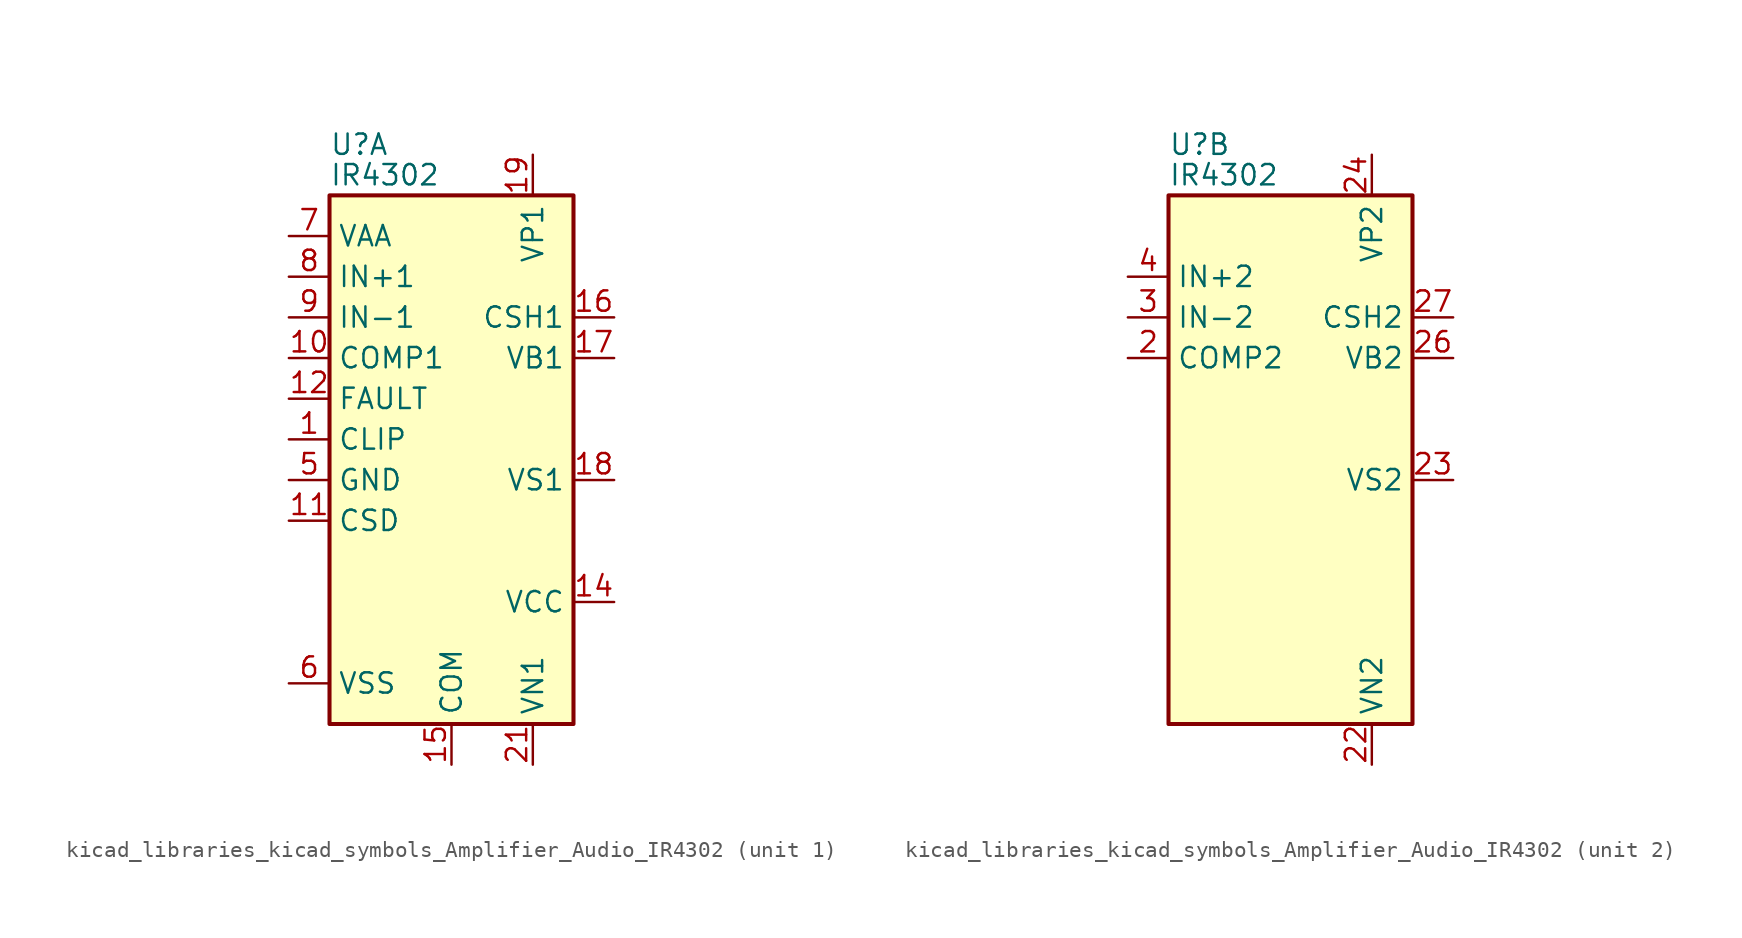
<source format=kicad_sym>
(kicad_symbol_lib
  (version 20220914)
  (generator kicad_symbol_editor)
  (symbol "kicad_libraries_kicad_symbols_Amplifier_Audio_IR4302"
    (property "Reference" "U"
      (at -7.62 20.955 0)
      (effects (font (size 1.27 1.27)) (justify left)))
    (property "Value" "IR4302"
      (at -7.62 19.05 0)
      (effects (font (size 1.27 1.27)) (justify left)))
    (property "ki_locked" ""
      (at 0 0 0)
      (effects (font (size 1.27 1.27))))
    (symbol "kicad_libraries_kicad_symbols_Amplifier_Audio_IR4302_0_1"
      (rectangle (start -7.62 -15.24) (end 7.62 17.78) (stroke (width 0.254) (type default)) (fill (type background))))
    (symbol "kicad_libraries_kicad_symbols_Amplifier_Audio_IR4302_1_1"
      (pin open_collector line (at -10.16 2.54 0) (length 2.54) (name "CLIP" (effects (font (size 1.27 1.27)))) (number "1" (effects (font (size 1.27 1.27)))))
      (pin output line (at -10.16 7.62 0) (length 2.54) (name "COMP1" (effects (font (size 1.27 1.27)))) (number "10" (effects (font (size 1.27 1.27)))))
      (pin passive line (at -10.16 -2.54 0) (length 2.54) (name "CSD" (effects (font (size 1.27 1.27)))) (number "11" (effects (font (size 1.27 1.27)))))
      (pin open_collector line (at -10.16 5.08 0) (length 2.54) (name "FAULT" (effects (font (size 1.27 1.27)))) (number "12" (effects (font (size 1.27 1.27)))))
      (pin no_connect line (at -7.62 -5.08 0) (length 2.54) hide (name "NC" (effects (font (size 1.27 1.27)))) (number "13" (effects (font (size 1.27 1.27)))))
      (pin power_in line (at 10.16 -7.62 180) (length 2.54) (name "VCC" (effects (font (size 1.27 1.27)))) (number "14" (effects (font (size 1.27 1.27)))))
      (pin power_in line (at 0 -17.78 90) (length 2.54) (name "COM" (effects (font (size 1.27 1.27)))) (number "15" (effects (font (size 1.27 1.27)))))
      (pin passive line (at 10.16 10.16 180) (length 2.54) (name "CSH1" (effects (font (size 1.27 1.27)))) (number "16" (effects (font (size 1.27 1.27)))))
      (pin power_in line (at 10.16 7.62 180) (length 2.54) (name "VB1" (effects (font (size 1.27 1.27)))) (number "17" (effects (font (size 1.27 1.27)))))
      (pin output line (at 10.16 0 180) (length 2.54) (name "VS1" (effects (font (size 1.27 1.27)))) (number "18" (effects (font (size 1.27 1.27)))))
      (pin power_in line (at 5.08 20.32 270) (length 2.54) (name "VP1" (effects (font (size 1.27 1.27)))) (number "19" (effects (font (size 1.27 1.27)))))
      (pin passive line (at 10.16 0 180) (length 2.54) hide (name "VS1" (effects (font (size 1.27 1.27)))) (number "20" (effects (font (size 1.27 1.27)))))
      (pin power_in line (at 5.08 -17.78 90) (length 2.54) (name "VN1" (effects (font (size 1.27 1.27)))) (number "21" (effects (font (size 1.27 1.27)))))
      (pin passive line (at 0 -17.78 90) (length 2.54) hide (name "COM" (effects (font (size 1.27 1.27)))) (number "28" (effects (font (size 1.27 1.27)))))
      (pin no_connect line (at -7.62 -7.62 0) (length 2.54) hide (name "NC" (effects (font (size 1.27 1.27)))) (number "29" (effects (font (size 1.27 1.27)))))
      (pin no_connect line (at -7.62 -10.16 0) (length 2.54) hide (name "NC" (effects (font (size 1.27 1.27)))) (number "30" (effects (font (size 1.27 1.27)))))
      (pin passive line (at 0 -17.78 90) (length 2.54) hide (name "COM" (effects (font (size 1.27 1.27)))) (number "31" (effects (font (size 1.27 1.27)))))
      (pin power_in line (at -10.16 0 0) (length 2.54) (name "GND" (effects (font (size 1.27 1.27)))) (number "5" (effects (font (size 1.27 1.27)))))
      (pin power_in line (at -10.16 -12.7 0) (length 2.54) (name "VSS" (effects (font (size 1.27 1.27)))) (number "6" (effects (font (size 1.27 1.27)))))
      (pin power_in line (at -10.16 15.24 0) (length 2.54) (name "VAA" (effects (font (size 1.27 1.27)))) (number "7" (effects (font (size 1.27 1.27)))))
      (pin input line (at -10.16 12.7 0) (length 2.54) (name "IN+1" (effects (font (size 1.27 1.27)))) (number "8" (effects (font (size 1.27 1.27)))))
      (pin input line (at -10.16 10.16 0) (length 2.54) (name "IN-1" (effects (font (size 1.27 1.27)))) (number "9" (effects (font (size 1.27 1.27))))))
    (symbol "kicad_libraries_kicad_symbols_Amplifier_Audio_IR4302_2_1"
      (pin output line (at -10.16 7.62 0) (length 2.54) (name "COMP2" (effects (font (size 1.27 1.27)))) (number "2" (effects (font (size 1.27 1.27)))))
      (pin power_in line (at 5.08 -17.78 90) (length 2.54) (name "VN2" (effects (font (size 1.27 1.27)))) (number "22" (effects (font (size 1.27 1.27)))))
      (pin output line (at 10.16 0 180) (length 2.54) (name "VS2" (effects (font (size 1.27 1.27)))) (number "23" (effects (font (size 1.27 1.27)))))
      (pin power_in line (at 5.08 20.32 270) (length 2.54) (name "VP2" (effects (font (size 1.27 1.27)))) (number "24" (effects (font (size 1.27 1.27)))))
      (pin passive line (at 10.16 0 180) (length 2.54) hide (name "VS2" (effects (font (size 1.27 1.27)))) (number "25" (effects (font (size 1.27 1.27)))))
      (pin power_in line (at 10.16 7.62 180) (length 2.54) (name "VB2" (effects (font (size 1.27 1.27)))) (number "26" (effects (font (size 1.27 1.27)))))
      (pin passive line (at 10.16 10.16 180) (length 2.54) (name "CSH2" (effects (font (size 1.27 1.27)))) (number "27" (effects (font (size 1.27 1.27)))))
      (pin input line (at -10.16 10.16 0) (length 2.54) (name "IN-2" (effects (font (size 1.27 1.27)))) (number "3" (effects (font (size 1.27 1.27)))))
      (pin input line (at -10.16 12.7 0) (length 2.54) (name "IN+2" (effects (font (size 1.27 1.27)))) (number "4" (effects (font (size 1.27 1.27))))))))
</source>
